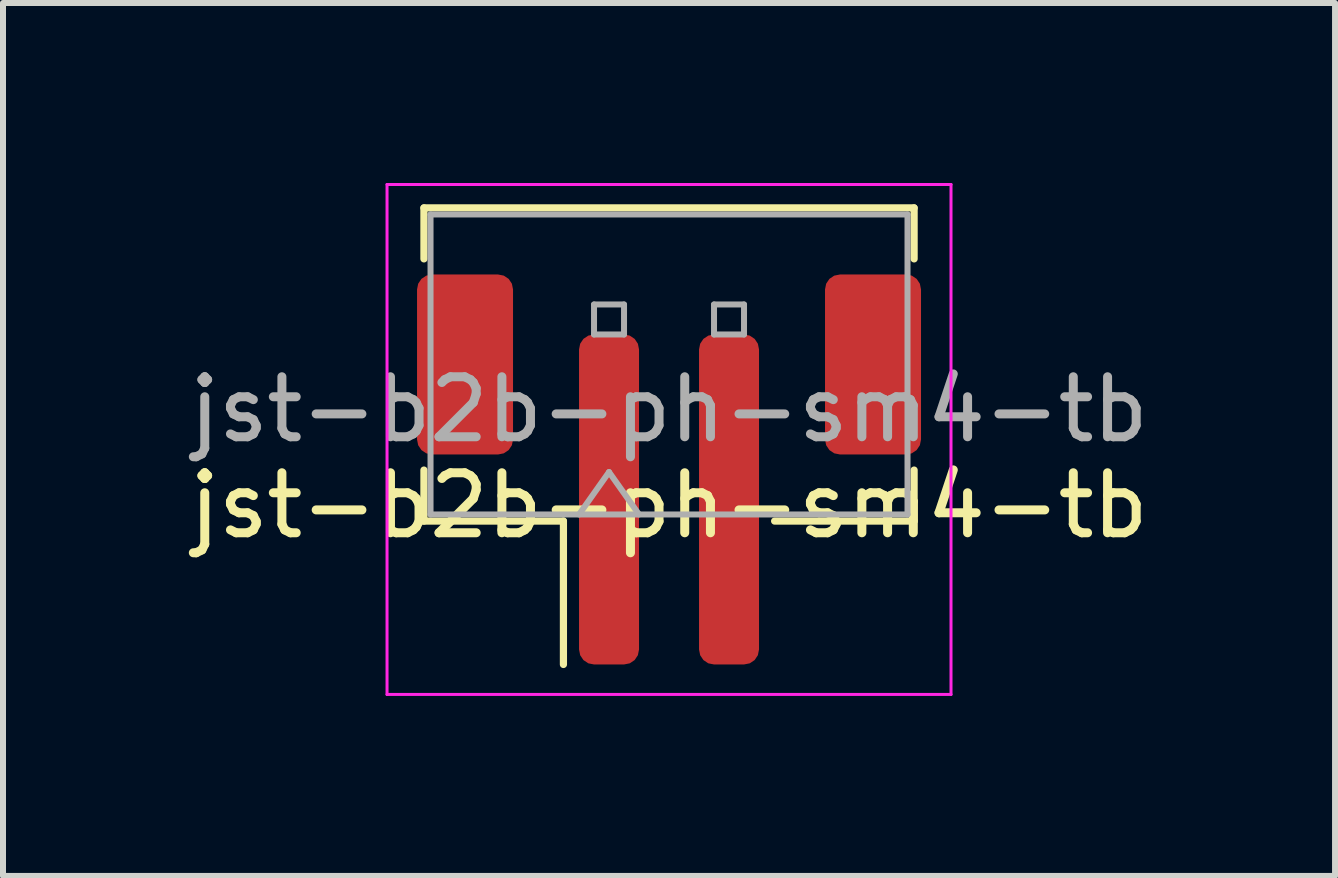
<source format=kicad_pcb>
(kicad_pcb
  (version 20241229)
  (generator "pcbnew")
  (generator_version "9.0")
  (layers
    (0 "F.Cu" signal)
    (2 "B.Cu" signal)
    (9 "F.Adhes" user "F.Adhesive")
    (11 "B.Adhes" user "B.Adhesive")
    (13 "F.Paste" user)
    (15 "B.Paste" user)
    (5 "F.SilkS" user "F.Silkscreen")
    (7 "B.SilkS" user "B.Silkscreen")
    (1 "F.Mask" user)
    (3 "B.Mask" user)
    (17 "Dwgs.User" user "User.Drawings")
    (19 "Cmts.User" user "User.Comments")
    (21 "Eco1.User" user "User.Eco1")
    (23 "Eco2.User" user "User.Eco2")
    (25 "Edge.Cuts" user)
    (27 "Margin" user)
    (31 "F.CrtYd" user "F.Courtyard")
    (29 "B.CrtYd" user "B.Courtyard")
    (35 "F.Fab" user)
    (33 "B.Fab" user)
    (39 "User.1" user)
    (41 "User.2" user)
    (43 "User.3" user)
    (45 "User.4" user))
  (footprint "jst-b2b-ph-sm4-tb"
    (layer "F.Cu")
    (at 8.101 4.875)
    (property "Reference" "jst-b2b-ph-sm4-tb" (at 0 0.5 0) (layer "F.SilkS") (effects (font (size 1 1) (thickness 0.15))))
    (attr through_hole)
    (fp_line (start -4.085 -4.46) (end 4.085 -4.46) (stroke (width 0.12) (type solid)) (layer "F.SilkS"))
    (fp_line (start -4.085 -3.61) (end -4.085 -4.46) (stroke (width 0.12) (type solid)) (layer "F.SilkS"))
    (fp_line (start -4.085 -0.09) (end -4.085 0.76) (stroke (width 0.12) (type solid)) (layer "F.SilkS"))
    (fp_line (start -4.085 0.76) (end -1.76 0.76) (stroke (width 0.12) (type solid)) (layer "F.SilkS"))
    (fp_line (start -1.76 0.76) (end -1.76 3.15) (stroke (width 0.12) (type solid)) (layer "F.SilkS"))
    (fp_line (start 4.085 -4.46) (end 4.085 -3.61) (stroke (width 0.12) (type solid)) (layer "F.SilkS"))
    (fp_line (start 4.085 -0.09) (end 4.085 0.76) (stroke (width 0.12) (type solid)) (layer "F.SilkS"))
    (fp_line (start 4.085 0.76) (end 1.76 0.76) (stroke (width 0.12) (type solid)) (layer "F.SilkS"))
    (fp_line (start -4.7 -4.85) (end -4.7 3.65) (stroke (width 0.05) (type solid)) (layer "F.CrtYd"))
    (fp_line (start -4.7 3.65) (end 4.7 3.65) (stroke (width 0.05) (type solid)) (layer "F.CrtYd"))
    (fp_line (start 4.7 -4.85) (end -4.7 -4.85) (stroke (width 0.05) (type solid)) (layer "F.CrtYd"))
    (fp_line (start 4.7 3.65) (end 4.7 -4.85) (stroke (width 0.05) (type solid)) (layer "F.CrtYd"))
    (fp_line (start -3.975 -4.35) (end 3.975 -4.35) (stroke (width 0.1) (type solid)) (layer "F.Fab"))
    (fp_line (start -3.975 0.65) (end -3.975 -4.35) (stroke (width 0.1) (type solid)) (layer "F.Fab"))
    (fp_line (start -3.975 0.65) (end 3.975 0.65) (stroke (width 0.1) (type solid)) (layer "F.Fab"))
    (fp_line (start -1.5 0.65) (end -1 -0.057) (stroke (width 0.1) (type solid)) (layer "F.Fab"))
    (fp_line (start -1.25 -2.85) (end -1.25 -2.35) (stroke (width 0.1) (type solid)) (layer "F.Fab"))
    (fp_line (start -1.25 -2.35) (end -0.75 -2.35) (stroke (width 0.1) (type solid)) (layer "F.Fab"))
    (fp_line (start -1 -0.057) (end -0.5 0.65) (stroke (width 0.1) (type solid)) (layer "F.Fab"))
    (fp_line (start -0.75 -2.85) (end -1.25 -2.85) (stroke (width 0.1) (type solid)) (layer "F.Fab"))
    (fp_line (start -0.75 -2.35) (end -0.75 -2.85) (stroke (width 0.1) (type solid)) (layer "F.Fab"))
    (fp_line (start 0.75 -2.85) (end 0.75 -2.35) (stroke (width 0.1) (type solid)) (layer "F.Fab"))
    (fp_line (start 0.75 -2.35) (end 1.25 -2.35) (stroke (width 0.1) (type solid)) (layer "F.Fab"))
    (fp_line (start 1.25 -2.85) (end 0.75 -2.85) (stroke (width 0.1) (type solid)) (layer "F.Fab"))
    (fp_line (start 1.25 -2.35) (end 1.25 -2.85) (stroke (width 0.1) (type solid)) (layer "F.Fab"))
    (fp_line (start 3.975 0.65) (end 3.975 -4.35) (stroke (width 0.1) (type solid)) (layer "F.Fab"))
    (fp_text user "${REFERENCE}" (at 0 -1.1 0) (layer "F.Fab") (effects (font (size 1 1) (thickness 0.15))))
    (pad "1" smd roundrect (at -1 0.4) (size 1 5.5) (layers "F.Cu" "F.Mask" "F.Paste") (roundrect_rratio 0.25))
    (pad "2" smd roundrect (at 1 0.4) (size 1 5.5) (layers "F.Cu" "F.Mask" "F.Paste") (roundrect_rratio 0.25))
    (pad "MP" smd roundrect (at -3.4 -1.85) (size 1.6 3) (layers "F.Cu" "F.Mask" "F.Paste") (roundrect_rratio 0.156))
    (pad "MP" smd roundrect (at 3.4 -1.85) (size 1.6 3) (layers "F.Cu" "F.Mask" "F.Paste") (roundrect_rratio 0.156)))
  (gr_rect
    (start -3 -3)
    (end 19.202 11.55)
    (stroke (width 0.1) (type default))
    (fill no)
    (layer "Edge.Cuts")))
</source>
